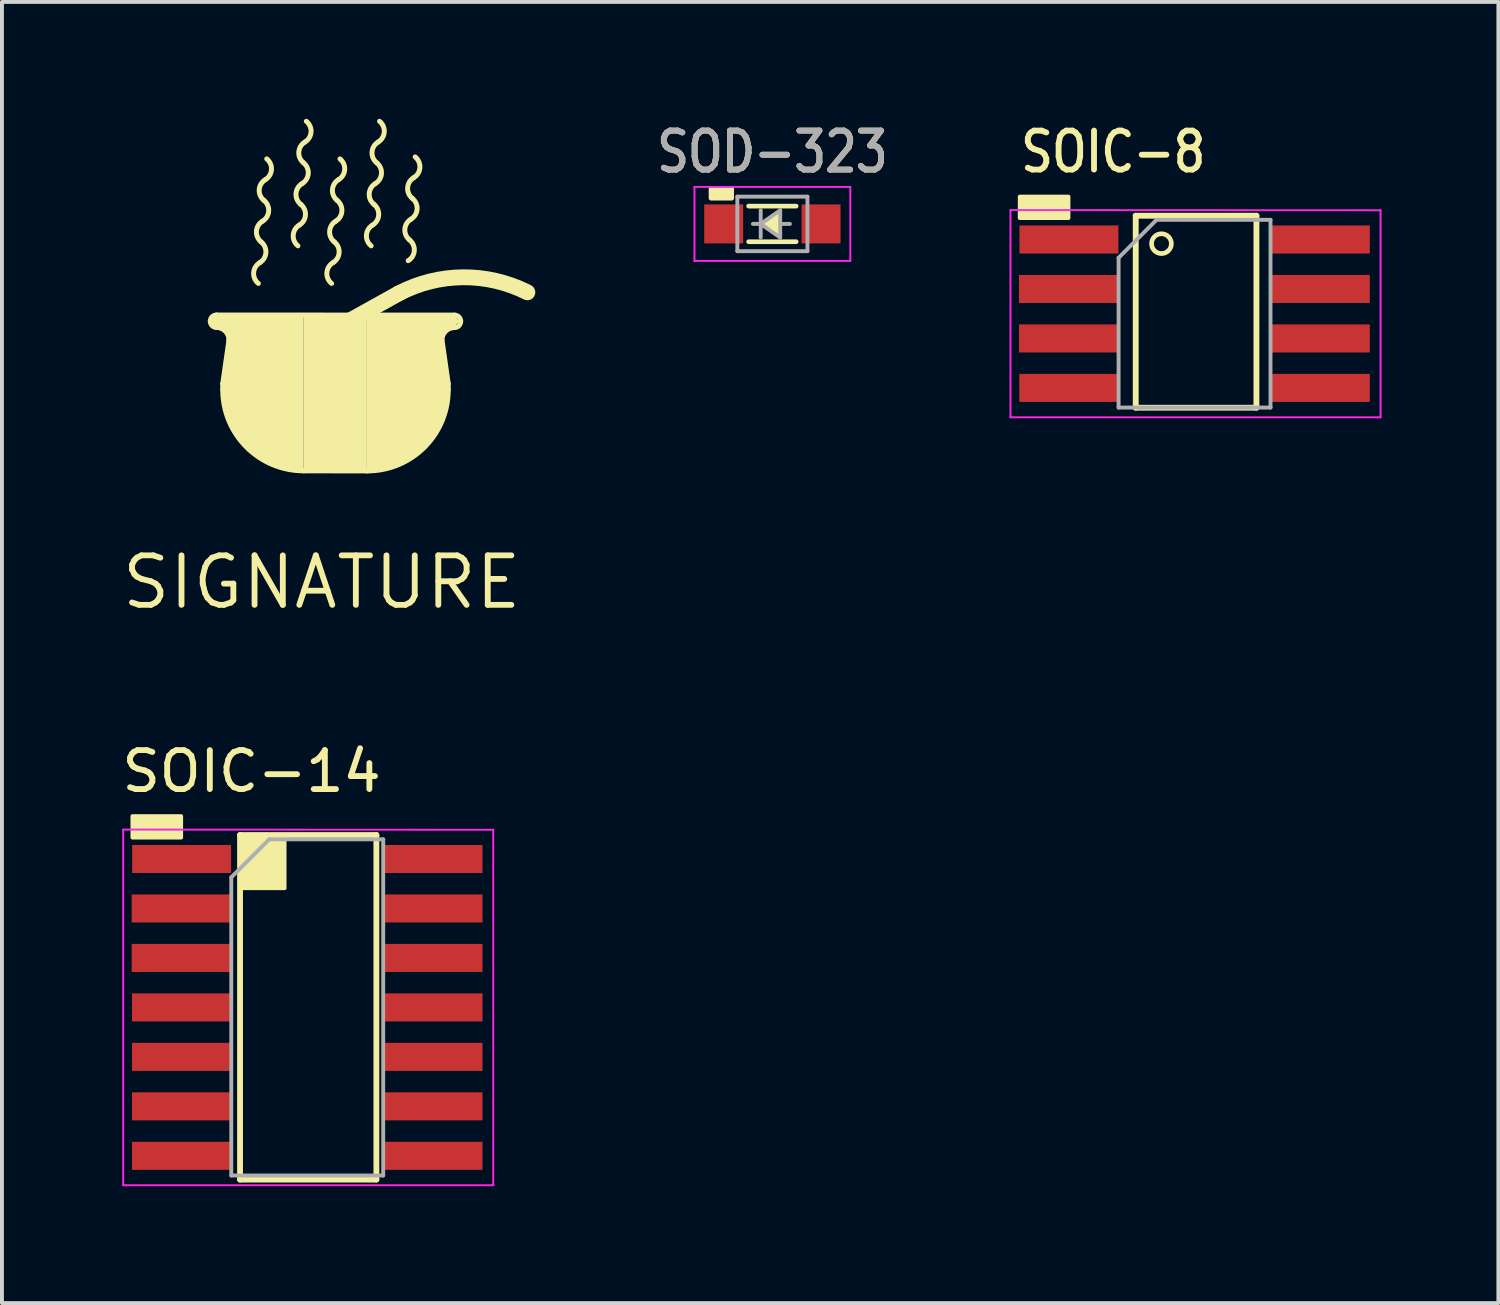
<source format=kicad_pcb>
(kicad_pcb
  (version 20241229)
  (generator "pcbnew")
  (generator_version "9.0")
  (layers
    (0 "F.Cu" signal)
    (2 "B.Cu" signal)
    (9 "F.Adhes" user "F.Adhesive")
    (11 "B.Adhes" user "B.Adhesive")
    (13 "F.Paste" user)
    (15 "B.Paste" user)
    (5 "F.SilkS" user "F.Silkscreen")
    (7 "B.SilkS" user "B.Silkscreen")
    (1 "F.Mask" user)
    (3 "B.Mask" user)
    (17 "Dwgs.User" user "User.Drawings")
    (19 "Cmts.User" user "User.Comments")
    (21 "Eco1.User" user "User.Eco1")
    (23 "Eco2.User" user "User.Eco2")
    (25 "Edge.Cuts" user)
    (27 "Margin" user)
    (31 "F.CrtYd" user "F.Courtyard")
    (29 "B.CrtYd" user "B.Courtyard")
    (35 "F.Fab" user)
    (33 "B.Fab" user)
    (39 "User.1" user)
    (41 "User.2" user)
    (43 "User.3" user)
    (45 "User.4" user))
  (footprint "SOD-323"
    (layer "F.Cu")
    (at 16.778 2.698)
    (property "Reference" "SOD-323" (at 0 -1.85 0) (layer "F.SilkS") (effects (font (size 1 0.83) (thickness 0.15))))
    (attr smd)
    (fp_line (start -0.61 -0.457) (end 0.61 -0.457) (stroke (width 0.12) (type solid)) (layer "F.SilkS"))
    (fp_line (start -0.61 0.457) (end 0.61 0.457) (stroke (width 0.12) (type solid)) (layer "F.SilkS"))
    (fp_poly (pts (xy -0.203 0) (xy 0.152 -0.254) (xy 0.152 0.254)) (stroke (width 0.1) (type solid)) (fill yes) (layer "F.SilkS"))
    (fp_poly (pts (xy -1.575 -0.901) (xy -1.575 -0.66) (xy -1.046 -0.66) (xy -1.046 -0.901)) (stroke (width 0.12) (type solid)) (fill yes) (layer "F.SilkS"))
    (fp_line (start -2 -0.95) (end -2 0.95) (stroke (width 0.05) (type solid)) (layer "F.CrtYd"))
    (fp_line (start -2 -0.95) (end 2 -0.95) (stroke (width 0.05) (type solid)) (layer "F.CrtYd"))
    (fp_line (start -2 0.95) (end 2 0.95) (stroke (width 0.05) (type solid)) (layer "F.CrtYd"))
    (fp_line (start 2 -0.95) (end 2 0.95) (stroke (width 0.05) (type solid)) (layer "F.CrtYd"))
    (fp_line (start -0.9 -0.7) (end 0.9 -0.7) (stroke (width 0.1) (type solid)) (layer "F.Fab"))
    (fp_line (start -0.9 0.7) (end -0.9 -0.7) (stroke (width 0.1) (type solid)) (layer "F.Fab"))
    (fp_line (start -0.3 -0.35) (end -0.3 0.35) (stroke (width 0.1) (type solid)) (layer "F.Fab"))
    (fp_line (start -0.3 0) (end -0.5 0) (stroke (width 0.1) (type solid)) (layer "F.Fab"))
    (fp_line (start -0.3 0) (end 0.2 -0.35) (stroke (width 0.1) (type solid)) (layer "F.Fab"))
    (fp_line (start 0.2 -0.35) (end 0.2 0.35) (stroke (width 0.1) (type solid)) (layer "F.Fab"))
    (fp_line (start 0.2 0) (end 0.45 0) (stroke (width 0.1) (type solid)) (layer "F.Fab"))
    (fp_line (start 0.2 0.35) (end -0.3 0) (stroke (width 0.1) (type solid)) (layer "F.Fab"))
    (fp_line (start 0.9 -0.7) (end 0.9 0.7) (stroke (width 0.1) (type solid)) (layer "F.Fab"))
    (fp_line (start 0.9 0.7) (end -0.9 0.7) (stroke (width 0.1) (type solid)) (layer "F.Fab"))
    (fp_text user "${REFERENCE}" (at 0 -1.85 0) (layer "F.Fab") (effects (font (size 1 0.83) (thickness 0.15))))
    (pad "1" smd rect (at -1.25 0) (size 1 1) (layers "F.Cu" "F.Mask" "F.Paste"))
    (pad "2" smd rect (at 1.25 0) (size 1 1) (layers "F.Cu" "F.Mask" "F.Paste")))
  (footprint "SOIC-8"
    (layer "F.Cu")
    (at 24.378 3.098)
    (property "Reference" "SOIC-8" (at -1.3 -2.25 0) (layer "F.SilkS") (effects (font (size 1 0.83) (thickness 0.15)) (justify left)))
    (attr smd)
    (fp_line (start 1.727 -0.61) (end 1.727 4.318) (stroke (width 0.15) (type solid)) (layer "F.SilkS"))
    (fp_line (start 4.826 -0.61) (end 1.727 -0.61) (stroke (width 0.15) (type solid)) (layer "F.SilkS"))
    (fp_line (start 4.826 -0.61) (end 4.826 4.318) (stroke (width 0.15) (type solid)) (layer "F.SilkS"))
    (fp_line (start 4.826 4.318) (end 1.727 4.318) (stroke (width 0.15) (type solid)) (layer "F.SilkS"))
    (fp_circle (center 2.388 0.107) (end 2.642 0.107) (stroke (width 0.12) (type solid)) (fill no) (layer "F.SilkS"))
    (fp_poly (pts (xy -1.25 -1.1) (xy -1.25 -0.55) (xy 0 -0.55) (xy 0 -1.1)) (stroke (width 0.1) (type solid)) (fill yes) (layer "F.SilkS"))
    (fp_line (start -1.488 -0.755) (end -1.488 4.565) (stroke (width 0.05) (type solid)) (layer "F.CrtYd"))
    (fp_line (start -1.488 4.565) (end 8.012 4.565) (stroke (width 0.05) (type solid)) (layer "F.CrtYd"))
    (fp_line (start 8.012 -0.75) (end -1.488 -0.755) (stroke (width 0.05) (type solid)) (layer "F.CrtYd"))
    (fp_line (start 8.012 4.565) (end 8.012 -0.75) (stroke (width 0.05) (type solid)) (layer "F.CrtYd"))
    (fp_line (start 1.287 0.47) (end 2.262 -0.505) (stroke (width 0.1) (type solid)) (layer "F.Fab"))
    (fp_line (start 1.287 4.315) (end 1.287 0.47) (stroke (width 0.1) (type solid)) (layer "F.Fab"))
    (fp_line (start 2.262 -0.505) (end 5.187 -0.505) (stroke (width 0.1) (type solid)) (layer "F.Fab"))
    (fp_line (start 5.187 -0.505) (end 5.187 4.315) (stroke (width 0.1) (type solid)) (layer "F.Fab"))
    (fp_line (start 5.187 4.315) (end 1.287 4.315) (stroke (width 0.1) (type solid)) (layer "F.Fab"))
    (pad "1" smd rect (at 0.012 0) (size 2.54 0.72) (layers "F.Cu" "F.Mask" "F.Paste"))
    (pad "2" smd rect (at 0 1.27) (size 2.54 0.72) (layers "F.Cu" "F.Mask" "F.Paste"))
    (pad "3" smd rect (at 0 2.54) (size 2.54 0.72) (layers "F.Cu" "F.Mask" "F.Paste"))
    (pad "4" smd rect (at 0.008 3.81) (size 2.54 0.72) (layers "F.Cu" "F.Mask" "F.Paste"))
    (pad "5" smd rect (at 6.466 3.81) (size 2.54 0.72) (layers "F.Cu" "F.Mask" "F.Paste"))
    (pad "6" smd rect (at 6.466 2.54) (size 2.54 0.72) (layers "F.Cu" "F.Mask" "F.Paste"))
    (pad "7" smd rect (at 6.466 1.27) (size 2.54 0.72) (layers "F.Cu" "F.Mask" "F.Paste"))
    (pad "8" smd rect (at 6.466 0) (size 2.54 0.72) (layers "F.Cu" "F.Mask" "F.Paste")))
  (footprint "SOIC-14"
    (layer "F.Cu")
    (at 1.6 19.001)
    (property "Reference" "SOIC-14" (at -1.6 -2.25 0) (layer "F.SilkS") (effects (font (size 1 1) (thickness 0.15)) (justify left)))
    (attr smd)
    (fp_line (start 1.512 -0.615) (end 1.512 8.23) (stroke (width 0.15) (type solid)) (layer "F.SilkS"))
    (fp_line (start 5.012 -0.615) (end 1.512 -0.615) (stroke (width 0.15) (type solid)) (layer "F.SilkS"))
    (fp_line (start 5.012 -0.615) (end 5.012 8.23) (stroke (width 0.15) (type solid)) (layer "F.SilkS"))
    (fp_line (start 5.012 8.23) (end 1.512 8.23) (stroke (width 0.15) (type solid)) (layer "F.SilkS"))
    (fp_poly (pts (xy -1.25 -1.1) (xy -1.25 -0.55) (xy 0 -0.55) (xy 0 -1.1)) (stroke (width 0.1) (type solid)) (fill yes) (layer "F.SilkS"))
    (fp_poly (pts (xy 2.655 0.75) (xy 2.655 -0.52) (xy 1.512 -0.52) (xy 1.512 0.75)) (stroke (width 0.1) (type solid)) (fill yes) (layer "F.SilkS"))
    (fp_line (start -1.488 -0.755) (end -1.488 8.375) (stroke (width 0.05) (type solid)) (layer "F.CrtYd"))
    (fp_line (start -1.488 8.375) (end 8.012 8.375) (stroke (width 0.05) (type solid)) (layer "F.CrtYd"))
    (fp_line (start 8.012 -0.75) (end -1.488 -0.755) (stroke (width 0.05) (type solid)) (layer "F.CrtYd"))
    (fp_line (start 8.012 8.375) (end 8.012 -0.75) (stroke (width 0.05) (type solid)) (layer "F.CrtYd"))
    (fp_line (start 1.287 0.47) (end 2.262 -0.505) (stroke (width 0.1) (type solid)) (layer "F.Fab"))
    (fp_line (start 1.287 8.125) (end 1.287 0.47) (stroke (width 0.1) (type solid)) (layer "F.Fab"))
    (fp_line (start 2.262 -0.505) (end 5.187 -0.505) (stroke (width 0.1) (type solid)) (layer "F.Fab"))
    (fp_line (start 5.187 -0.505) (end 5.187 8.125) (stroke (width 0.1) (type solid)) (layer "F.Fab"))
    (fp_line (start 5.187 8.125) (end 1.287 8.125) (stroke (width 0.1) (type solid)) (layer "F.Fab"))
    (pad "1" smd rect (at 0.012 0) (size 2.54 0.72) (layers "F.Cu" "F.Mask" "F.Paste"))
    (pad "2" smd rect (at 0 1.27) (size 2.54 0.72) (layers "F.Cu" "F.Mask" "F.Paste"))
    (pad "3" smd rect (at 0 2.54) (size 2.54 0.72) (layers "F.Cu" "F.Mask" "F.Paste"))
    (pad "4" smd rect (at 0.008 3.81) (size 2.54 0.72) (layers "F.Cu" "F.Mask" "F.Paste"))
    (pad "5" smd rect (at 0.008 5.08) (size 2.54 0.72) (layers "F.Cu" "F.Mask" "F.Paste"))
    (pad "6" smd rect (at 0.008 6.35) (size 2.54 0.72) (layers "F.Cu" "F.Mask" "F.Paste"))
    (pad "7" smd rect (at 0.008 7.62) (size 2.54 0.72) (layers "F.Cu" "F.Mask" "F.Paste"))
    (pad "8" smd rect (at 6.466 7.62) (size 2.54 0.72) (layers "F.Cu" "F.Mask" "F.Paste"))
    (pad "9" smd rect (at 6.466 6.35) (size 2.54 0.72) (layers "F.Cu" "F.Mask" "F.Paste"))
    (pad "10" smd rect (at 6.466 5.08) (size 2.54 0.72) (layers "F.Cu" "F.Mask" "F.Paste"))
    (pad "11" smd rect (at 6.466 3.81) (size 2.54 0.72) (layers "F.Cu" "F.Mask" "F.Paste"))
    (pad "12" smd rect (at 6.466 2.54) (size 2.54 0.72) (layers "F.Cu" "F.Mask" "F.Paste"))
    (pad "13" smd rect (at 6.466 1.27) (size 2.54 0.72) (layers "F.Cu" "F.Mask" "F.Paste"))
    (pad "14" smd rect (at 6.466 0) (size 2.54 0.72) (layers "F.Cu" "F.Mask" "F.Paste")))
  (footprint "SIGNATURE"
    (layer "F.Cu")
    (at 2.668 9.357)
    (property "Reference" "SIGNATURE" (at 2.54 2.54 0) (layer "F.SilkS") (effects (font (size 1.27 1.27) (thickness 0.15))))
    (attr through_hole)
    (fp_line (start 0 -2.56) (end 0 -2.4) (stroke (width 0.127) (type solid)) (layer "F.SilkS"))
    (fp_line (start 0.16 -3.68) (end 0.16 -3.68) (stroke (width 0.127) (type solid)) (layer "F.SilkS"))
    (fp_line (start 0.16 -3.68) (end 0 -2.56) (stroke (width 0.127) (type solid)) (layer "F.SilkS"))
    (fp_line (start 3.15 -4.115) (end 4.521 -4.877) (stroke (width 0.406) (type solid)) (layer "F.SilkS"))
    (fp_line (start 3.708 -0.317) (end 2.08 -0.32) (stroke (width 0.127) (type solid)) (layer "F.SilkS"))
    (fp_line (start 5.629 -3.678) (end 5.789 -2.558) (stroke (width 0.127) (type solid)) (layer "F.SilkS"))
    (fp_line (start 5.789 -2.558) (end 5.789 -2.398) (stroke (width 0.127) (type solid)) (layer "F.SilkS"))
    (fp_line (start 5.949 -4.318) (end -0.16 -4.321) (stroke (width 0.127) (type solid)) (layer "F.SilkS"))
    (fp_arc (start -0.32 -4.1605) (mid -0.273137 -4.273637) (end -0.16 -4.3205) (stroke (width 0.127) (type solid)) (layer "F.SilkS"))
    (fp_arc (start -0.16 -4.0005) (mid -0.273137 -4.047363) (end -0.32 -4.1605) (stroke (width 0.127) (type solid)) (layer "F.SilkS"))
    (fp_arc (start -0.16 -4.0005) (mid 0.066274 -3.906774) (end 0.16 -3.6805) (stroke (width 0.127) (type solid)) (layer "F.SilkS"))
    (fp_arc (start 0.9144 -5.1308) (mid 0.793055 -5.406629) (end 0.950245 -5.663724) (stroke (width 0.127) (type solid)) (layer "F.SilkS"))
    (fp_arc (start 0.98609 -6.196648) (mid 1.107435 -5.920819) (end 0.950245 -5.663724) (stroke (width 0.127) (type solid)) (layer "F.SilkS"))
    (fp_arc (start 0.98609 -6.196648) (mid 0.864745 -6.472477) (end 1.021935 -6.729572) (stroke (width 0.127) (type solid)) (layer "F.SilkS"))
    (fp_arc (start 1.05778 -7.262496) (mid 1.179125 -6.986667) (end 1.021935 -6.729572) (stroke (width 0.127) (type solid)) (layer "F.SilkS"))
    (fp_arc (start 1.05778 -7.262496) (mid 0.936435 -7.538325) (end 1.093625 -7.79542) (stroke (width 0.127) (type solid)) (layer "F.SilkS"))
    (fp_arc (start 1.12947 -8.328344) (mid 1.250815 -8.052515) (end 1.093625 -7.79542) (stroke (width 0.127) (type solid)) (layer "F.SilkS"))
    (fp_arc (start 1.9304 -6.096) (mid 1.809055 -6.371829) (end 1.966245 -6.628924) (stroke (width 0.127) (type solid)) (layer "F.SilkS"))
    (fp_arc (start 2.00209 -7.161848) (mid 2.123435 -6.886019) (end 1.966245 -6.628924) (stroke (width 0.127) (type solid)) (layer "F.SilkS"))
    (fp_arc (start 2.00209 -7.161848) (mid 1.880745 -7.437677) (end 2.037935 -7.694772) (stroke (width 0.127) (type solid)) (layer "F.SilkS"))
    (fp_arc (start 2.07378 -8.227696) (mid 2.195125 -7.951867) (end 2.037935 -7.694772) (stroke (width 0.127) (type solid)) (layer "F.SilkS"))
    (fp_arc (start 2.07378 -8.227696) (mid 1.952435 -8.503525) (end 2.109625 -8.76062) (stroke (width 0.127) (type solid)) (layer "F.SilkS"))
    (fp_arc (start 2.0802 -0.3199) (mid 0.609276 -0.929176) (end 0 -2.4001) (stroke (width 0.127) (type solid)) (layer "F.SilkS"))
    (fp_arc (start 2.14547 -9.293544) (mid 2.266815 -9.017715) (end 2.109625 -8.76062) (stroke (width 0.127) (type solid)) (layer "F.SilkS"))
    (fp_arc (start 2.794 -5.1308) (mid 2.672655 -5.406629) (end 2.829845 -5.663724) (stroke (width 0.127) (type solid)) (layer "F.SilkS"))
    (fp_arc (start 2.86569 -6.196648) (mid 2.987035 -5.920819) (end 2.829845 -5.663724) (stroke (width 0.127) (type solid)) (layer "F.SilkS"))
    (fp_arc (start 2.86569 -6.196648) (mid 2.744345 -6.472477) (end 2.901535 -6.729572) (stroke (width 0.127) (type solid)) (layer "F.SilkS"))
    (fp_arc (start 2.93738 -7.262496) (mid 3.058725 -6.986667) (end 2.901535 -6.729572) (stroke (width 0.127) (type solid)) (layer "F.SilkS"))
    (fp_arc (start 2.93738 -7.262496) (mid 2.816035 -7.538325) (end 2.973225 -7.79542) (stroke (width 0.127) (type solid)) (layer "F.SilkS"))
    (fp_arc (start 3.00907 -8.328344) (mid 3.130415 -8.052515) (end 2.973225 -7.79542) (stroke (width 0.127) (type solid)) (layer "F.SilkS"))
    (fp_arc (start 3.81 -6.096) (mid 3.688655 -6.371829) (end 3.845845 -6.628924) (stroke (width 0.127) (type solid)) (layer "F.SilkS"))
    (fp_arc (start 3.88169 -7.161848) (mid 4.003035 -6.886019) (end 3.845845 -6.628924) (stroke (width 0.127) (type solid)) (layer "F.SilkS"))
    (fp_arc (start 3.88169 -7.161848) (mid 3.760345 -7.437677) (end 3.917535 -7.694772) (stroke (width 0.127) (type solid)) (layer "F.SilkS"))
    (fp_arc (start 3.95338 -8.227696) (mid 4.074725 -7.951867) (end 3.917535 -7.694772) (stroke (width 0.127) (type solid)) (layer "F.SilkS"))
    (fp_arc (start 3.95338 -8.227696) (mid 3.832035 -8.503525) (end 3.989225 -8.76062) (stroke (width 0.127) (type solid)) (layer "F.SilkS"))
    (fp_arc (start 4.02507 -9.293544) (mid 4.146415 -9.017715) (end 3.989225 -8.76062) (stroke (width 0.127) (type solid)) (layer "F.SilkS"))
    (fp_arc (start 4.5212 -4.8768) (mid 6.167386 -5.289015) (end 7.820029 -4.9035) (stroke (width 0.4064) (type solid)) (layer "F.SilkS"))
    (fp_arc (start 4.79609 -6.247448) (mid 4.917435 -5.971619) (end 4.760245 -5.714524) (stroke (width 0.127) (type solid)) (layer "F.SilkS"))
    (fp_arc (start 4.79609 -6.247448) (mid 4.674745 -6.523277) (end 4.831935 -6.780372) (stroke (width 0.127) (type solid)) (layer "F.SilkS"))
    (fp_arc (start 4.86778 -7.313296) (mid 4.989125 -7.037467) (end 4.831935 -6.780372) (stroke (width 0.127) (type solid)) (layer "F.SilkS"))
    (fp_arc (start 4.86778 -7.313296) (mid 4.746435 -7.589125) (end 4.903625 -7.84622) (stroke (width 0.127) (type solid)) (layer "F.SilkS"))
    (fp_arc (start 4.93947 -8.379144) (mid 5.060815 -8.103315) (end 4.903625 -7.84622) (stroke (width 0.127) (type solid)) (layer "F.SilkS"))
    (fp_arc (start 5.6287 -3.678) (mid 5.722426 -3.904274) (end 5.9487 -3.998) (stroke (width 0.127) (type solid)) (layer "F.SilkS"))
    (fp_arc (start 5.7887 -2.3976) (mid 5.179424 -0.926676) (end 3.7085 -0.3174) (stroke (width 0.127) (type solid)) (layer "F.SilkS"))
    (fp_arc (start 5.9487 -4.318) (mid 6.061837 -4.271137) (end 6.1087 -4.158) (stroke (width 0.127) (type solid)) (layer "F.SilkS"))
    (fp_arc (start 6.1087 -4.158) (mid 6.061837 -4.044863) (end 5.9487 -3.998) (stroke (width 0.127) (type solid)) (layer "F.SilkS"))
    (fp_poly (pts (xy 2.08 -4.321) (xy 3.68 -4.321) (xy 3.68 -0.32) (xy 2.08 -0.32)) (stroke (width 0) (type solid)) (fill yes) (layer "F.SilkS"))
    (fp_poly (pts (xy -0.16 -4.321) (xy -0.32 -4.16) (xy -0.16 -4) (xy 0.000018 -3.958) (xy 0.16 -3.68) (xy 0 -2.56) (xy 0 -2.4) (xy 0.026 -2.075) (xy 0.102 -1.757) (xy 0.227 -1.456) (xy 0.397 -1.178) (xy 0.609 -0.929) (xy 0.858 -0.717) (xy 1.136 -0.547) (xy 1.437 -0.422) (xy 2.08 -0.32) (xy 2.08 -4.321)) (stroke (width 0) (type solid)) (fill yes) (layer "F.SilkS"))
    (fp_poly (pts (xy 5.921 -4.321) (xy 6.081 -4.16) (xy 5.921 -4) (xy 5.761 -3.958) (xy 5.644 -3.84) (xy 5.601 -3.68) (xy 5.761 -2.56) (xy 5.761 -2.4) (xy 5.735 -2.075) (xy 5.659 -1.757) (xy 5.534 -1.456) (xy 5.363 -1.178) (xy 5.151 -0.929) (xy 4.903 -0.717) (xy 4.625 -0.547) (xy 4.323 -0.422) (xy 3.68 -0.32) (xy 3.68 -4.321)) (stroke (width 0) (type solid)) (fill yes) (layer "F.SilkS")))
  (gr_rect
    (start -3 -3)
    (end 35.415 30.401)
    (stroke (width 0.1) (type default))
    (fill no)
    (layer "Edge.Cuts")))
</source>
